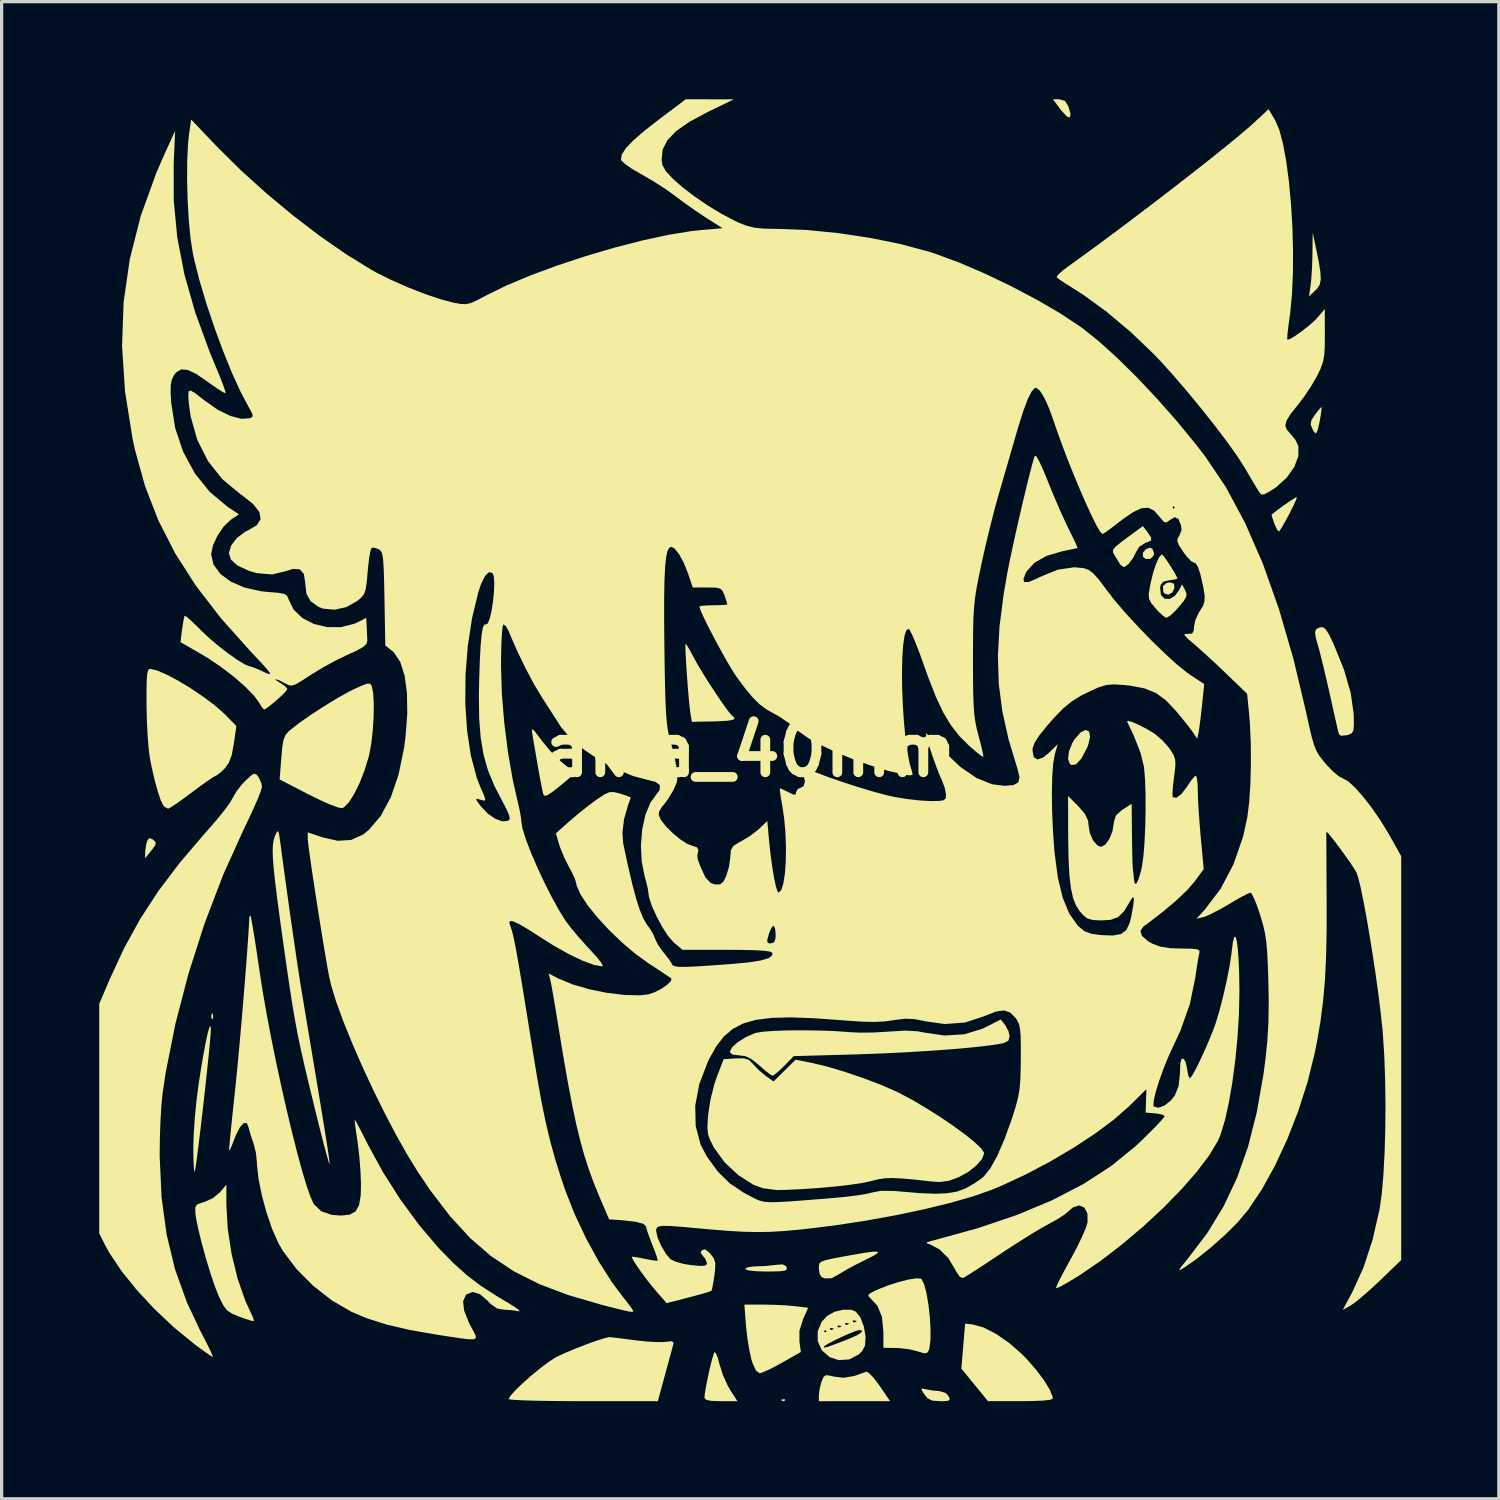
<source format=kicad_pcb>
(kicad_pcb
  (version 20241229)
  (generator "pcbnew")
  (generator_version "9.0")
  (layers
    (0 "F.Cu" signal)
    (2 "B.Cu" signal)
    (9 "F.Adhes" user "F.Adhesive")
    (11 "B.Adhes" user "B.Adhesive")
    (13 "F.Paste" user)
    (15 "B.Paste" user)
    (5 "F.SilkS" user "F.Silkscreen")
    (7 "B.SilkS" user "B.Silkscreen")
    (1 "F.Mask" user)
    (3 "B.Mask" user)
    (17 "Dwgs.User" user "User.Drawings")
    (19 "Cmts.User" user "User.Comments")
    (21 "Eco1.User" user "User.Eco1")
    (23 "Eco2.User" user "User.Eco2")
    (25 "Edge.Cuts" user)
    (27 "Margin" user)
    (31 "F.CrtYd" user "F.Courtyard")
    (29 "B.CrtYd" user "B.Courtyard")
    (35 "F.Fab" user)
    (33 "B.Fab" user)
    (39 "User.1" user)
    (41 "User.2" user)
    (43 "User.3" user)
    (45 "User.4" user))
  (footprint "akia_40mm"
    (layer "F.Cu")
    (at 20.007 20.007)
    (property "Reference" "akia_40mm" (at 0 0 0) (layer "F.SilkS") (effects (font (size 1.5 1.5) (thickness 0.3))))
    (attr board_only exclude_from_pos_files exclude_from_bom)
    (fp_poly (pts (xy -16.515 8.113) (xy -16.506 8.235) (xy -16.521 8.263) (xy -16.557 8.24) (xy -16.562 8.161) (xy -16.543 8.077)) (stroke (width 0) (type solid)) (fill yes) (layer "F.SilkS"))
    (fp_poly (pts (xy 1.068 19.955) (xy 1.057 20.002) (xy 1.016 20.007) (xy 0.952 19.979) (xy 0.964 19.955) (xy 1.057 19.946)) (stroke (width 0) (type solid)) (fill yes) (layer "F.SilkS"))
    (fp_poly (pts (xy 9.675 -19.953) (xy 9.775 -19.798) (xy 9.844 -19.559) (xy 9.827 -19.449) (xy 9.736 -19.474) (xy 9.58 -19.64) (xy 9.555 -19.671) (xy 9.303 -20.007) (xy 9.499 -20.007)) (stroke (width 0) (type solid)) (fill yes) (layer "F.SilkS"))
    (fp_poly (pts (xy 12.358 -6.196) (xy 12.412 -6.053) (xy 12.4 -5.984) (xy 12.295 -5.878) (xy 12.151 -5.878) (xy 12.07 -5.947) (xy 12.068 -6.065) (xy 12.156 -6.174) (xy 12.278 -6.225)) (stroke (width 0) (type solid)) (fill yes) (layer "F.SilkS"))
    (fp_poly (pts (xy 13.023 -5.119) (xy 13.038 -4.983) (xy 12.967 -4.841) (xy 12.844 -4.78) (xy 12.728 -4.819) (xy 12.693 -4.875) (xy 12.687 -5.048) (xy 12.81 -5.146) (xy 12.905 -5.158)) (stroke (width 0) (type solid)) (fill yes) (layer "F.SilkS"))
    (fp_poly (pts (xy -18.37 2.737) (xy -18.349 2.753) (xy -18.273 2.829) (xy -18.284 2.916) (xy -18.388 3.062) (xy -18.409 3.087) (xy -18.6 3.322) (xy -18.595 3.126) (xy -18.569 2.914) (xy -18.535 2.792) (xy -18.471 2.699)) (stroke (width 0) (type solid)) (fill yes) (layer "F.SilkS"))
    (fp_poly (pts (xy 10.416 -0.572) (xy 10.446 -0.407) (xy 10.383 -0.145) (xy 10.348 -0.063) (xy 10.177 0.257) (xy 10.019 0.431) (xy 9.878 0.456) (xy 9.821 0.417) (xy 9.768 0.264) (xy 9.798 0.034) (xy 9.901 -0.224) (xy 9.967 -0.334) (xy 10.156 -0.549) (xy 10.312 -0.624)) (stroke (width 0) (type solid)) (fill yes) (layer "F.SilkS"))
    (fp_poly (pts (xy 17.387 -15.435) (xy 17.476 -14.999) (xy 17.525 -14.686) (xy 17.535 -14.467) (xy 17.505 -14.315) (xy 17.435 -14.199) (xy 17.37 -14.132) (xy 17.172 -13.95) (xy 17.221 -14.263) (xy 17.245 -14.492) (xy 17.266 -14.814) (xy 17.278 -15.169) (xy 17.279 -15.24) (xy 17.288 -15.904)) (stroke (width 0) (type solid)) (fill yes) (layer "F.SilkS"))
    (fp_poly (pts (xy 17.559 -10.484) (xy 17.538 -10.32) (xy 17.503 -10.114) (xy 17.461 -9.922) (xy 17.433 -9.823) (xy 17.388 -9.737) (xy 17.335 -9.775) (xy 17.279 -9.873) (xy 17.223 -10.016) (xy 17.249 -10.144) (xy 17.356 -10.308) (xy 17.475 -10.463) (xy 17.548 -10.546) (xy 17.555 -10.551)) (stroke (width 0) (type solid)) (fill yes) (layer "F.SilkS"))
    (fp_poly (pts (xy 5.391 19.64) (xy 5.403 19.643) (xy 5.631 19.683) (xy 5.8 19.694) (xy 6.009 19.755) (xy 6.096 19.851) (xy 6.134 19.947) (xy 6.092 19.993) (xy 5.937 20.007) (xy 5.834 20.007) (xy 5.597 19.99) (xy 5.451 19.919) (xy 5.353 19.8) (xy 5.266 19.659) (xy 5.276 19.616)) (stroke (width 0) (type solid)) (fill yes) (layer "F.SilkS"))
    (fp_poly (pts (xy 3.65 19.142) (xy 3.789 19.286) (xy 3.955 19.502) (xy 3.977 19.535) (xy 4.3 20.007) (xy 3.205 20.007) (xy 2.11 20.007) (xy 2.11 19.824) (xy 2.136 19.614) (xy 2.192 19.406) (xy 2.254 19.258) (xy 2.335 19.207) (xy 2.49 19.23) (xy 2.576 19.252) (xy 2.871 19.287) (xy 3.202 19.232) (xy 3.566 19.1)) (stroke (width 0) (type solid)) (fill yes) (layer "F.SilkS"))
    (fp_poly (pts (xy 1.097 15.855) (xy 1.119 15.896) (xy 1.124 15.957) (xy 1.064 15.995) (xy 0.912 16.014) (xy 0.64 16.021) (xy 0.506 16.022) (xy 0.183 16.013) (xy -0.045 15.989) (xy -0.152 15.953) (xy -0.156 15.943) (xy -0.087 15.895) (xy 0.088 15.867) (xy 0.176 15.864) (xy 0.469 15.852) (xy 0.753 15.823) (xy 0.79 15.817) (xy 0.995 15.802)) (stroke (width 0) (type solid)) (fill yes) (layer "F.SilkS"))
    (fp_poly (pts (xy -1.053 18.535) (xy -0.993 18.687) (xy -0.947 18.862) (xy -0.844 19.189) (xy -0.693 19.525) (xy -0.624 19.646) (xy -0.394 20.007) (xy -0.9 20.007) (xy -1.191 19.998) (xy -1.351 19.967) (xy -1.406 19.909) (xy -1.407 19.899) (xy -1.391 19.745) (xy -1.348 19.503) (xy -1.29 19.216) (xy -1.225 18.928) (xy -1.163 18.685) (xy -1.115 18.53) (xy -1.099 18.5)) (stroke (width 0) (type solid)) (fill yes) (layer "F.SilkS"))
    (fp_poly (pts (xy 16.77 -7.678) (xy 16.684 -7.492) (xy 16.568 -7.263) (xy 16.444 -7.032) (xy 16.335 -6.841) (xy 16.261 -6.732) (xy 16.247 -6.721) (xy 16.188 -6.787) (xy 16.115 -6.947) (xy 16.107 -6.967) (xy 16.049 -7.14) (xy 16.022 -7.231) (xy 16.022 -7.234) (xy 16.08 -7.286) (xy 16.231 -7.402) (xy 16.412 -7.534) (xy 16.615 -7.675) (xy 16.757 -7.762) (xy 16.803 -7.778)) (stroke (width 0) (type solid)) (fill yes) (layer "F.SilkS"))
    (fp_poly (pts (xy 6.839 17.649) (xy 7.172 17.742) (xy 7.561 17.942) (xy 7.971 18.227) (xy 8.368 18.576) (xy 8.479 18.69) (xy 8.778 19.03) (xy 9.026 19.359) (xy 9.204 19.649) (xy 9.293 19.87) (xy 9.3 19.926) (xy 9.224 19.963) (xy 9.001 19.989) (xy 8.64 20.004) (xy 8.304 20.006) (xy 7.307 20.005) (xy 6.898 19.505) (xy 6.489 19.005) (xy 6.547 18.315) (xy 6.604 17.624)) (stroke (width 0) (type solid)) (fill yes) (layer "F.SilkS"))
    (fp_poly (pts (xy 12.206 -6.707) (xy 12.32 -6.539) (xy 12.322 -6.447) (xy 12.205 -6.39) (xy 12.15 -6.376) (xy 11.962 -6.258) (xy 11.871 -6.114) (xy 11.764 -5.902) (xy 11.629 -5.725) (xy 11.506 -5.632) (xy 11.481 -5.627) (xy 11.391 -5.685) (xy 11.362 -5.725) (xy 11.276 -5.865) (xy 11.195 -5.994) (xy 11.148 -6.086) (xy 11.157 -6.167) (xy 11.241 -6.266) (xy 11.421 -6.411) (xy 11.576 -6.527) (xy 12.067 -6.888)) (stroke (width 0) (type solid)) (fill yes) (layer "F.SilkS"))
    (fp_poly (pts (xy 0.399 17.038) (xy 0.757 17.046) (xy 1.118 17.064) (xy 1.378 17.087) (xy 1.78 17.135) (xy 1.624 17.489) (xy 1.513 17.842) (xy 1.512 18.169) (xy 1.556 18.495) (xy 0.983 18.821) (xy 0.705 18.972) (xy 0.468 19.086) (xy 0.312 19.144) (xy 0.286 19.148) (xy 0.18 19.07) (xy 0.074 18.841) (xy 0.041 18.74) (xy -0.024 18.457) (xy -0.084 18.093) (xy -0.127 17.72) (xy -0.13 17.685) (xy -0.179 17.038)) (stroke (width 0) (type solid)) (fill yes) (layer "F.SilkS"))
    (fp_poly (pts (xy 3.923 15.414) (xy 3.913 15.459) (xy 3.771 15.548) (xy 3.525 15.671) (xy 3.221 15.823) (xy 2.947 15.971) (xy 2.753 16.088) (xy 2.733 16.101) (xy 2.507 16.226) (xy 2.31 16.236) (xy 2.208 16.204) (xy 2.137 16.106) (xy 2.11 15.938) (xy 2.111 15.84) (xy 2.129 15.77) (xy 2.19 15.717) (xy 2.317 15.672) (xy 2.535 15.623) (xy 2.868 15.56) (xy 3.115 15.515) (xy 3.53 15.444) (xy 3.797 15.409)) (stroke (width 0) (type solid)) (fill yes) (layer "F.SilkS"))
    (fp_poly (pts (xy -6.637 -0.597) (xy -6.513 -0.439) (xy -6.388 -0.272) (xy -6.164 0.002) (xy -5.918 0.258) (xy -5.719 0.43) (xy -5.536 0.57) (xy -5.421 0.673) (xy -5.4 0.703) (xy -5.458 0.768) (xy -5.609 0.902) (xy -5.821 1.079) (xy -5.862 1.112) (xy -6.1 1.297) (xy -6.246 1.389) (xy -6.325 1.4) (xy -6.361 1.347) (xy -6.392 1.212) (xy -6.442 0.956) (xy -6.505 0.615) (xy -6.574 0.221) (xy -6.645 -0.191) (xy -6.691 -0.467) (xy -6.709 -0.6) (xy -6.697 -0.647)) (stroke (width 0) (type solid)) (fill yes) (layer "F.SilkS"))
    (fp_poly (pts (xy -1.944 -3.222) (xy -1.852 -3.068) (xy -1.753 -2.88) (xy -1.624 -2.647) (xy -1.449 -2.355) (xy -1.247 -2.034) (xy -1.037 -1.715) (xy -0.841 -1.428) (xy -0.679 -1.204) (xy -0.57 -1.074) (xy -0.549 -1.056) (xy -0.475 -0.987) (xy -0.52 -0.938) (xy -0.697 -0.906) (xy -1.015 -0.888) (xy -1.132 -0.885) (xy -1.793 -0.872) (xy -1.836 -1.12) (xy -1.859 -1.297) (xy -1.886 -1.569) (xy -1.915 -1.903) (xy -1.942 -2.262) (xy -1.966 -2.612) (xy -1.983 -2.919) (xy -1.992 -3.148) (xy -1.99 -3.264) (xy -1.988 -3.271)) (stroke (width 0) (type solid)) (fill yes) (layer "F.SilkS"))
    (fp_poly (pts (xy -16.576 8.558) (xy -16.583 8.705) (xy -16.605 8.973) (xy -16.64 9.337) (xy -16.685 9.773) (xy -16.737 10.256) (xy -16.793 10.764) (xy -16.851 11.27) (xy -16.908 11.751) (xy -16.961 12.184) (xy -17.007 12.543) (xy -17.044 12.804) (xy -17.069 12.943) (xy -17.075 12.959) (xy -17.092 12.904) (xy -17.105 12.722) (xy -17.113 12.445) (xy -17.115 12.185) (xy -17.102 11.78) (xy -17.068 11.285) (xy -17.017 10.763) (xy -16.957 10.296) (xy -16.879 9.787) (xy -16.802 9.339) (xy -16.732 8.968) (xy -16.671 8.69) (xy -16.622 8.52) (xy -16.589 8.474)) (stroke (width 0) (type solid)) (fill yes) (layer "F.SilkS"))
    (fp_poly (pts (xy 5.246 16.24) (xy 5.261 16.249) (xy 5.343 16.406) (xy 5.416 16.679) (xy 5.476 17.028) (xy 5.52 17.413) (xy 5.542 17.794) (xy 5.539 18.131) (xy 5.507 18.384) (xy 5.485 18.452) (xy 5.429 18.528) (xy 5.326 18.532) (xy 5.158 18.478) (xy 4.909 18.416) (xy 4.605 18.377) (xy 4.489 18.372) (xy 4.093 18.366) (xy 4.093 17.867) (xy 4.048 17.413) (xy 3.906 17.068) (xy 3.679 16.828) (xy 3.626 16.764) (xy 3.67 16.7) (xy 3.832 16.613) (xy 3.913 16.577) (xy 4.229 16.451) (xy 4.557 16.346) (xy 4.861 16.269) (xy 5.103 16.231)) (stroke (width 0) (type solid)) (fill yes) (layer "F.SilkS"))
    (fp_poly (pts (xy -16.1 13.973) (xy -16.057 14.715) (xy -15.938 15.49) (xy -15.753 16.245) (xy -15.515 16.926) (xy -15.38 17.221) (xy -15.293 17.409) (xy -15.253 17.528) (xy -15.254 17.545) (xy -15.334 17.533) (xy -15.516 17.477) (xy -15.698 17.412) (xy -15.927 17.317) (xy -16.078 17.216) (xy -16.192 17.065) (xy -16.314 16.82) (xy -16.339 16.765) (xy -16.455 16.472) (xy -16.587 16.083) (xy -16.722 15.639) (xy -16.848 15.183) (xy -16.954 14.759) (xy -17.027 14.409) (xy -17.053 14.228) (xy -17.056 14.05) (xy -16.994 13.957) (xy -16.827 13.899) (xy -16.784 13.888) (xy -16.51 13.766) (xy -16.296 13.585) (xy -16.1 13.352)) (stroke (width 0) (type solid)) (fill yes) (layer "F.SilkS"))
    (fp_poly (pts (xy 17.687 -3.717) (xy 17.784 -3.565) (xy 17.914 -3.298) (xy 17.94 -3.24) (xy 18.253 -2.465) (xy 18.456 -1.757) (xy 18.546 -1.131) (xy 18.549 -1.043) (xy 18.553 -0.765) (xy 18.537 -0.603) (xy 18.487 -0.52) (xy 18.391 -0.476) (xy 18.342 -0.462) (xy 18.155 -0.443) (xy 18.093 -0.494) (xy 18.066 -0.6) (xy 18.013 -0.829) (xy 17.94 -1.15) (xy 17.855 -1.534) (xy 17.822 -1.68) (xy 17.725 -2.112) (xy 17.628 -2.523) (xy 17.542 -2.873) (xy 17.477 -3.121) (xy 17.466 -3.158) (xy 17.385 -3.447) (xy 17.359 -3.622) (xy 17.391 -3.718) (xy 17.484 -3.767) (xy 17.513 -3.776) (xy 17.604 -3.779)) (stroke (width 0) (type solid)) (fill yes) (layer "F.SilkS"))
    (fp_poly (pts (xy -11.684 -2.045) (xy -11.639 -1.991) (xy -11.632 -1.973) (xy -11.588 -1.759) (xy -11.569 -1.433) (xy -11.574 -1.037) (xy -11.6 -0.614) (xy -11.646 -0.206) (xy -11.711 0.145) (xy -11.721 0.187) (xy -11.848 0.606) (xy -12.002 1) (xy -12.17 1.342) (xy -12.336 1.603) (xy -12.486 1.756) (xy -12.549 1.782) (xy -12.678 1.756) (xy -12.912 1.669) (xy -13.218 1.533) (xy -13.563 1.364) (xy -13.586 1.352) (xy -14.462 0.899) (xy -14.411 0.234) (xy -14.381 -0.1) (xy -14.343 -0.319) (xy -14.285 -0.463) (xy -14.195 -0.571) (xy -14.155 -0.606) (xy -13.875 -0.826) (xy -13.503 -1.087) (xy -13.086 -1.358) (xy -12.673 -1.61) (xy -12.31 -1.811) (xy -12.193 -1.869) (xy -11.928 -1.991) (xy -11.769 -2.047)) (stroke (width 0) (type solid)) (fill yes) (layer "F.SilkS"))
    (fp_poly (pts (xy -4.229 18.048) (xy -4.006 18.073) (xy -3.709 18.112) (xy -3.566 18.131) (xy -3.217 18.17) (xy -2.894 18.19) (xy -2.653 18.189) (xy -2.6 18.183) (xy -2.421 18.165) (xy -2.358 18.2) (xy -2.366 18.272) (xy -2.401 18.4) (xy -2.467 18.641) (xy -2.553 18.956) (xy -2.621 19.206) (xy -2.839 20.007) (xy -5.132 20.007) (xy -5.712 20.005) (xy -6.239 19.999) (xy -6.692 19.99) (xy -7.052 19.978) (xy -7.301 19.963) (xy -7.418 19.947) (xy -7.425 19.942) (xy -7.367 19.838) (xy -7.211 19.666) (xy -6.988 19.451) (xy -6.724 19.218) (xy -6.448 18.991) (xy -6.189 18.797) (xy -5.975 18.658) (xy -5.939 18.639) (xy -5.691 18.524) (xy -5.38 18.394) (xy -5.048 18.265) (xy -4.736 18.153) (xy -4.485 18.072) (xy -4.338 18.039)) (stroke (width 0) (type solid)) (fill yes) (layer "F.SilkS"))
    (fp_poly (pts (xy 12.712 -5.958) (xy 12.818 -5.81) (xy 12.942 -5.62) (xy 13.053 -5.437) (xy 13.121 -5.306) (xy 13.13 -5.277) (xy 13.062 -5.25) (xy 12.895 -5.224) (xy 12.876 -5.222) (xy 12.692 -5.18) (xy 12.613 -5.075) (xy 12.598 -4.995) (xy 12.622 -4.775) (xy 12.731 -4.658) (xy 12.888 -4.647) (xy 13.057 -4.749) (xy 13.181 -4.921) (xy 13.271 -5.099) (xy 13.362 -4.928) (xy 13.408 -4.819) (xy 13.401 -4.717) (xy 13.325 -4.588) (xy 13.165 -4.396) (xy 13.061 -4.279) (xy 12.912 -4.139) (xy 12.797 -4.072) (xy 12.783 -4.071) (xy 12.687 -4.13) (xy 12.538 -4.272) (xy 12.455 -4.364) (xy 12.322 -4.527) (xy 12.257 -4.655) (xy 12.249 -4.805) (xy 12.286 -5.035) (xy 12.303 -5.119) (xy 12.381 -5.446) (xy 12.474 -5.728) (xy 12.567 -5.93) (xy 12.647 -6.017) (xy 12.654 -6.018)) (stroke (width 0) (type solid)) (fill yes) (layer "F.SilkS"))
    (fp_poly (pts (xy -18.235 -2.452) (xy -17.936 -2.324) (xy -17.577 -2.133) (xy -17.191 -1.9) (xy -16.807 -1.641) (xy -16.456 -1.378) (xy -16.169 -1.127) (xy -16.122 -1.08) (xy -15.793 -0.742) (xy -15.87 -0.197) (xy -15.934 0.145) (xy -16.021 0.38) (xy -16.148 0.557) (xy -16.156 0.565) (xy -16.303 0.704) (xy -16.407 0.778) (xy -16.421 0.782) (xy -16.503 0.826) (xy -16.681 0.946) (xy -16.927 1.122) (xy -17.152 1.29) (xy -17.432 1.497) (xy -17.668 1.663) (xy -17.832 1.769) (xy -17.891 1.798) (xy -17.993 1.744) (xy -18.037 1.7) (xy -18.113 1.549) (xy -18.205 1.278) (xy -18.303 0.922) (xy -18.397 0.514) (xy -18.452 0.234) (xy -18.487 -0.037) (xy -18.518 -0.418) (xy -18.541 -0.86) (xy -18.553 -1.317) (xy -18.553 -1.387) (xy -18.554 -1.832) (xy -18.548 -2.144) (xy -18.533 -2.343) (xy -18.507 -2.453) (xy -18.467 -2.497) (xy -18.444 -2.5)) (stroke (width 0) (type solid)) (fill yes) (layer "F.SilkS"))
    (fp_poly (pts (xy -14.49 2.542) (xy -14.459 2.712) (xy -14.418 3.014) (xy -14.409 3.087) (xy -14.339 3.608) (xy -14.258 4.201) (xy -14.17 4.832) (xy -14.079 5.469) (xy -13.99 6.079) (xy -13.909 6.629) (xy -13.839 7.086) (xy -13.79 7.386) (xy -13.612 8.45) (xy -13.458 9.37) (xy -13.327 10.154) (xy -13.218 10.814) (xy -13.129 11.357) (xy -13.058 11.794) (xy -13.004 12.134) (xy -12.966 12.387) (xy -12.941 12.562) (xy -12.929 12.668) (xy -12.927 12.716) (xy -12.929 12.721) (xy -12.955 12.656) (xy -13.011 12.46) (xy -13.094 12.154) (xy -13.196 11.757) (xy -13.313 11.29) (xy -13.393 10.966) (xy -13.559 10.283) (xy -13.696 9.709) (xy -13.809 9.208) (xy -13.905 8.749) (xy -13.99 8.297) (xy -14.072 7.82) (xy -14.155 7.282) (xy -14.248 6.652) (xy -14.338 6.018) (xy -14.447 5.236) (xy -14.533 4.593) (xy -14.598 4.072) (xy -14.643 3.659) (xy -14.669 3.337) (xy -14.677 3.09) (xy -14.669 2.903) (xy -14.646 2.76) (xy -14.609 2.645) (xy -14.607 2.64) (xy -14.556 2.525) (xy -14.52 2.486)) (stroke (width 0) (type solid)) (fill yes) (layer "F.SilkS"))
    (fp_poly (pts (xy 7.835 8.445) (xy 7.939 8.637) (xy 7.972 8.792) (xy 7.935 8.926) (xy 7.8 8.999) (xy 7.712 9.019) (xy 7.344 9.075) (xy 6.845 9.131) (xy 6.244 9.186) (xy 5.567 9.236) (xy 4.839 9.281) (xy 4.089 9.318) (xy 3.343 9.346) (xy 3.267 9.348) (xy 1.337 9.402) (xy 1.043 9.703) (xy 0.868 9.871) (xy 0.733 9.98) (xy 0.686 10.004) (xy 0.598 9.955) (xy 0.437 9.827) (xy 0.283 9.691) (xy 0.046 9.497) (xy -0.15 9.402) (xy -0.341 9.378) (xy -0.551 9.353) (xy -0.625 9.275) (xy -0.625 9.265) (xy -0.558 9.132) (xy -0.385 8.975) (xy -0.145 8.823) (xy 0.12 8.706) (xy 0.195 8.683) (xy 0.406 8.65) (xy 0.738 8.626) (xy 1.156 8.612) (xy 1.624 8.608) (xy 2.108 8.615) (xy 2.573 8.631) (xy 2.984 8.659) (xy 3.048 8.665) (xy 3.374 8.68) (xy 3.778 8.676) (xy 4.182 8.654) (xy 4.259 8.648) (xy 4.753 8.618) (xy 5.136 8.638) (xy 5.339 8.676) (xy 5.975 8.769) (xy 6.585 8.73) (xy 7.14 8.559) (xy 7.229 8.516) (xy 7.698 8.276)) (stroke (width 0) (type solid)) (fill yes) (layer "F.SilkS"))
    (fp_poly (pts (xy -15.175 0.746) (xy -15.117 0.816) (xy -15.027 1.004) (xy -15.006 1.129) (xy -15.039 1.251) (xy -15.131 1.486) (xy -15.27 1.804) (xy -15.445 2.178) (xy -15.563 2.423) (xy -16.198 3.828) (xy -16.768 5.32) (xy -17.261 6.857) (xy -17.663 8.396) (xy -17.963 9.898) (xy -18.061 10.551) (xy -18.096 10.908) (xy -18.124 11.368) (xy -18.143 11.878) (xy -18.149 12.384) (xy -18.149 12.505) (xy -18.091 13.745) (xy -17.936 14.885) (xy -17.678 15.952) (xy -17.311 16.974) (xy -16.916 17.813) (xy -16.751 18.132) (xy -16.62 18.396) (xy -16.536 18.578) (xy -16.512 18.648) (xy -16.579 18.613) (xy -16.741 18.503) (xy -16.969 18.337) (xy -17.103 18.237) (xy -17.719 17.732) (xy -18.312 17.172) (xy -18.857 16.585) (xy -19.328 16) (xy -19.697 15.447) (xy -19.82 15.223) (xy -20.007 14.854) (xy -20.007 11.325) (xy -20.007 7.795) (xy -19.687 7.043) (xy -19.244 6.087) (xy -18.753 5.195) (xy -18.193 4.333) (xy -17.54 3.469) (xy -16.775 2.57) (xy -16.633 2.412) (xy -16.377 2.117) (xy -16.152 1.837) (xy -15.985 1.605) (xy -15.91 1.474) (xy -15.784 1.258) (xy -15.596 1.023) (xy -15.514 0.938) (xy -15.343 0.78) (xy -15.244 0.72)) (stroke (width 0) (type solid)) (fill yes) (layer "F.SilkS"))
    (fp_poly (pts (xy -0.048 9.514) (xy 0.072 9.627) (xy 0.086 9.645) (xy 0.262 9.83) (xy 0.473 10.006) (xy 0.479 10.011) (xy 0.716 10.18) (xy 1.056 9.846) (xy 1.396 9.512) (xy 1.89 9.609) (xy 2.353 9.72) (xy 2.9 9.883) (xy 3.475 10.078) (xy 4.023 10.286) (xy 4.487 10.489) (xy 4.567 10.527) (xy 4.981 10.748) (xy 5.414 11.003) (xy 5.843 11.274) (xy 6.247 11.549) (xy 6.605 11.811) (xy 6.895 12.045) (xy 7.096 12.236) (xy 7.187 12.369) (xy 7.19 12.389) (xy 7.124 12.563) (xy 6.948 12.765) (xy 6.697 12.963) (xy 6.407 13.123) (xy 6.396 13.128) (xy 6.094 13.236) (xy 5.825 13.271) (xy 5.554 13.253) (xy 5.047 13.196) (xy 4.665 13.162) (xy 4.374 13.148) (xy 4.145 13.156) (xy 3.946 13.185) (xy 3.746 13.234) (xy 3.714 13.243) (xy 3.455 13.299) (xy 3.077 13.355) (xy 2.615 13.408) (xy 2.107 13.454) (xy 1.59 13.49) (xy 1.1 13.512) (xy 0.821 13.518) (xy 0.391 13.463) (xy 0.102 13.358) (xy -0.369 13.057) (xy -0.791 12.66) (xy -1.112 12.218) (xy -1.124 12.195) (xy -1.236 11.976) (xy -1.297 11.797) (xy -1.316 11.6) (xy -1.302 11.328) (xy -1.291 11.19) (xy -1.222 10.742) (xy -1.106 10.275) (xy -1.027 10.043) (xy -0.817 9.496) (xy -0.443 9.472) (xy -0.199 9.469)) (stroke (width 0) (type solid)) (fill yes) (layer "F.SilkS"))
    (fp_poly (pts (xy 3.11 17.2) (xy 3.244 17.254) (xy 3.384 17.431) (xy 3.491 17.705) (xy 3.544 18.017) (xy 3.545 18.055) (xy 3.528 18.299) (xy 3.439 18.468) (xy 3.336 18.569) (xy 3.046 18.723) (xy 2.717 18.745) (xy 2.442 18.653) (xy 2.198 18.44) (xy 2.149 18.331) (xy 2.266 18.331) (xy 2.272 18.354) (xy 2.307 18.357) (xy 2.399 18.331) (xy 2.573 18.268) (xy 2.856 18.16) (xy 2.989 18.109) (xy 3.252 17.996) (xy 3.408 17.903) (xy 3.445 17.84) (xy 3.359 17.819) (xy 3.244 17.85) (xy 3.045 17.928) (xy 2.806 18.034) (xy 2.57 18.148) (xy 2.378 18.249) (xy 2.274 18.318) (xy 2.266 18.331) (xy 2.149 18.331) (xy 2.075 18.162) (xy 2.075 17.858) (xy 2.266 17.858) (xy 2.306 17.897) (xy 2.345 17.858) (xy 2.306 17.819) (xy 2.266 17.858) (xy 2.075 17.858) (xy 2.075 17.858) (xy 2.113 17.767) (xy 2.449 17.767) (xy 2.46 17.813) (xy 2.501 17.819) (xy 2.565 17.79) (xy 2.553 17.767) (xy 2.46 17.758) (xy 2.449 17.767) (xy 2.113 17.767) (xy 2.147 17.689) (xy 2.683 17.689) (xy 2.694 17.735) (xy 2.735 17.741) (xy 2.8 17.712) (xy 2.787 17.689) (xy 2.695 17.679) (xy 2.683 17.689) (xy 2.147 17.689) (xy 2.18 17.611) (xy 2.918 17.611) (xy 2.928 17.657) (xy 2.97 17.663) (xy 3.034 17.634) (xy 3.022 17.611) (xy 2.929 17.601) (xy 2.918 17.611) (xy 2.18 17.611) (xy 2.2 17.564) (xy 2.229 17.533) (xy 3.152 17.533) (xy 3.163 17.579) (xy 3.204 17.585) (xy 3.269 17.556) (xy 3.256 17.533) (xy 3.164 17.523) (xy 3.152 17.533) (xy 2.229 17.533) (xy 2.361 17.388) (xy 2.588 17.26) (xy 2.859 17.195)) (stroke (width 0) (type solid)) (fill yes) (layer "F.SilkS"))
    (fp_poly (pts (xy 16.142 -19.345) (xy 16.267 -19.047) (xy 16.379 -18.618) (xy 16.477 -18.083) (xy 16.558 -17.466) (xy 16.62 -16.791) (xy 16.663 -16.085) (xy 16.683 -15.371) (xy 16.68 -14.673) (xy 16.651 -14.018) (xy 16.595 -13.429) (xy 16.577 -13.298) (xy 16.536 -12.998) (xy 16.51 -12.764) (xy 16.504 -12.633) (xy 16.507 -12.618) (xy 16.588 -12.637) (xy 16.749 -12.733) (xy 16.955 -12.879) (xy 17.17 -13.048) (xy 17.356 -13.213) (xy 17.446 -13.308) (xy 17.659 -13.56) (xy 17.661 -12.771) (xy 17.658 -12.396) (xy 17.64 -12.128) (xy 17.599 -11.919) (xy 17.526 -11.72) (xy 17.431 -11.521) (xy 17.249 -11.203) (xy 17.019 -10.859) (xy 16.844 -10.629) (xy 16.613 -10.338) (xy 16.483 -10.13) (xy 16.445 -9.977) (xy 16.491 -9.85) (xy 16.598 -9.732) (xy 16.752 -9.545) (xy 16.846 -9.352) (xy 16.846 -9.35) (xy 16.848 -9.041) (xy 16.723 -8.707) (xy 16.489 -8.378) (xy 16.166 -8.084) (xy 15.959 -7.95) (xy 15.794 -7.863) (xy 15.704 -7.862) (xy 15.629 -7.954) (xy 15.608 -7.989) (xy 15.517 -8.141) (xy 15.374 -8.38) (xy 15.209 -8.661) (xy 15.177 -8.715) (xy 14.954 -9.06) (xy 14.646 -9.492) (xy 14.275 -9.981) (xy 13.863 -10.5) (xy 13.434 -11.021) (xy 13.009 -11.516) (xy 12.61 -11.958) (xy 12.398 -12.179) (xy 11.688 -12.859) (xy 10.95 -13.478) (xy 10.226 -14.004) (xy 9.941 -14.185) (xy 9.698 -14.338) (xy 9.512 -14.462) (xy 9.419 -14.535) (xy 9.416 -14.539) (xy 9.457 -14.608) (xy 9.594 -14.734) (xy 9.752 -14.854) (xy 10.292 -15.244) (xy 10.884 -15.678) (xy 11.509 -16.145) (xy 12.149 -16.628) (xy 12.785 -17.115) (xy 13.401 -17.591) (xy 13.976 -18.042) (xy 14.493 -18.454) (xy 14.934 -18.813) (xy 15.281 -19.105) (xy 15.468 -19.272) (xy 15.933 -19.702)) (stroke (width 0) (type solid)) (fill yes) (layer "F.SilkS"))
    (fp_poly (pts (xy -15.358 5.092) (xy -15.336 5.178) (xy -15.296 5.395) (xy -15.242 5.72) (xy -15.178 6.13) (xy -15.108 6.603) (xy -15.084 6.766) (xy -14.985 7.404) (xy -14.864 8.097) (xy -14.725 8.828) (xy -14.573 9.577) (xy -14.412 10.325) (xy -14.247 11.053) (xy -14.082 11.743) (xy -13.922 12.374) (xy -13.771 12.929) (xy -13.633 13.389) (xy -13.513 13.733) (xy -13.415 13.944) (xy -13.409 13.953) (xy -13.189 14.167) (xy -12.868 14.28) (xy -12.578 14.302) (xy -12.312 14.275) (xy -12.131 14.177) (xy -12.022 13.988) (xy -11.971 13.686) (xy -11.962 13.345) (xy -11.978 12.933) (xy -12.015 12.467) (xy -12.067 12.046) (xy -12.068 12.036) (xy -12.113 11.734) (xy -12.144 11.5) (xy -12.157 11.368) (xy -12.156 11.353) (xy -12.118 11.41) (xy -12.025 11.581) (xy -11.891 11.839) (xy -11.743 12.134) (xy -11.283 12.974) (xy -10.749 13.812) (xy -10.173 14.597) (xy -9.591 15.282) (xy -9.559 15.316) (xy -9.116 15.768) (xy -8.711 16.133) (xy -8.292 16.452) (xy -7.807 16.767) (xy -7.517 16.94) (xy -7.277 17.086) (xy -7.126 17.191) (xy -7.082 17.243) (xy -7.112 17.242) (xy -7.335 17.208) (xy -7.568 17.195) (xy -7.781 17.157) (xy -7.973 17.023) (xy -8.071 16.92) (xy -8.309 16.717) (xy -8.532 16.65) (xy -8.721 16.725) (xy -8.738 16.741) (xy -8.824 16.935) (xy -8.792 17.225) (xy -8.642 17.601) (xy -8.596 17.691) (xy -8.5 17.866) (xy -8.439 17.991) (xy -8.433 18.068) (xy -8.498 18.105) (xy -8.654 18.104) (xy -8.918 18.072) (xy -9.307 18.013) (xy -9.613 17.966) (xy -10.459 17.819) (xy -11.175 17.652) (xy -11.783 17.459) (xy -12.249 17.263) (xy -12.854 16.912) (xy -13.431 16.461) (xy -13.945 15.943) (xy -14.359 15.395) (xy -14.507 15.136) (xy -14.694 14.712) (xy -14.866 14.209) (xy -15.01 13.677) (xy -15.113 13.169) (xy -15.16 12.737) (xy -15.162 12.659) (xy -15.192 12.369) (xy -15.266 12.078) (xy -15.274 12.057) (xy -15.354 11.826) (xy -15.407 11.633) (xy -15.412 11.606) (xy -15.47 11.463) (xy -15.563 11.458) (xy -15.679 11.58) (xy -15.802 11.82) (xy -15.841 11.918) (xy -15.928 12.142) (xy -15.991 12.277) (xy -16.017 12.293) (xy -16.01 12.191) (xy -15.989 11.957) (xy -15.955 11.614) (xy -15.911 11.185) (xy -15.859 10.695) (xy -15.829 10.417) (xy -15.784 9.979) (xy -15.734 9.458) (xy -15.681 8.88) (xy -15.627 8.268) (xy -15.575 7.648) (xy -15.526 7.043) (xy -15.482 6.479) (xy -15.445 5.978) (xy -15.417 5.566) (xy -15.4 5.267) (xy -15.396 5.133) (xy -15.369 5.085)) (stroke (width 0) (type solid)) (fill yes) (layer "F.SilkS"))
    (fp_poly (pts (xy -17.719 -18.014) (xy -17.717 -16.889) (xy -17.61 -15.77) (xy -17.392 -14.636) (xy -17.06 -13.463) (xy -16.608 -12.228) (xy -16.436 -11.812) (xy -16.301 -11.487) (xy -16.197 -11.218) (xy -16.134 -11.036) (xy -16.123 -10.971) (xy -16.195 -11) (xy -16.361 -11.103) (xy -16.59 -11.262) (xy -16.684 -11.331) (xy -17.03 -11.566) (xy -17.291 -11.689) (xy -17.488 -11.704) (xy -17.64 -11.615) (xy -17.711 -11.524) (xy -17.777 -11.389) (xy -17.81 -11.215) (xy -17.812 -10.959) (xy -17.796 -10.682) (xy -17.674 -9.903) (xy -17.427 -9.171) (xy -17.069 -8.508) (xy -16.61 -7.938) (xy -16.063 -7.481) (xy -16.043 -7.467) (xy -15.713 -7.25) (xy -15.965 -7.083) (xy -16.177 -6.882) (xy -16.371 -6.598) (xy -16.513 -6.291) (xy -16.568 -6.022) (xy -16.568 -6.021) (xy -16.494 -5.702) (xy -16.283 -5.416) (xy -15.955 -5.176) (xy -15.53 -4.994) (xy -15.025 -4.884) (xy -14.801 -4.862) (xy -14.505 -4.838) (xy -14.33 -4.806) (xy -14.239 -4.752) (xy -14.196 -4.664) (xy -14.191 -4.646) (xy -14.034 -4.321) (xy -13.763 -4.062) (xy -13.408 -3.879) (xy -13.002 -3.783) (xy -12.575 -3.783) (xy -12.158 -3.89) (xy -12.04 -3.945) (xy -11.801 -4.068) (xy -11.787 -3.792) (xy -11.776 -3.556) (xy -11.768 -3.364) (xy -11.768 -3.359) (xy -11.797 -3.263) (xy -11.907 -3.165) (xy -12.124 -3.047) (xy -12.359 -2.941) (xy -12.73 -2.762) (xy -13.142 -2.538) (xy -13.506 -2.315) (xy -13.52 -2.306) (xy -13.794 -2.127) (xy -13.973 -2.023) (xy -14.093 -1.985) (xy -14.19 -2) (xy -14.299 -2.057) (xy -14.303 -2.059) (xy -14.474 -2.148) (xy -14.585 -2.185) (xy -14.588 -2.185) (xy -14.575 -2.152) (xy -14.457 -2.075) (xy -14.439 -2.065) (xy -14.289 -1.964) (xy -14.224 -1.88) (xy -14.224 -1.878) (xy -14.279 -1.801) (xy -14.416 -1.664) (xy -14.593 -1.505) (xy -14.769 -1.36) (xy -14.902 -1.267) (xy -14.942 -1.25) (xy -15.001 -1.311) (xy -15.089 -1.456) (xy -15.255 -1.682) (xy -15.527 -1.959) (xy -15.874 -2.261) (xy -16.266 -2.561) (xy -16.671 -2.834) (xy -16.837 -2.933) (xy -17.51 -3.322) (xy -17.461 -3.712) (xy -17.426 -3.942) (xy -17.395 -4.099) (xy -17.381 -4.135) (xy -17.317 -4.098) (xy -17.172 -3.971) (xy -16.972 -3.778) (xy -16.876 -3.681) (xy -16.632 -3.45) (xy -16.346 -3.207) (xy -16.047 -2.976) (xy -15.768 -2.78) (xy -15.539 -2.64) (xy -15.392 -2.58) (xy -15.38 -2.579) (xy -15.273 -2.547) (xy -15.083 -2.468) (xy -14.996 -2.427) (xy -14.846 -2.358) (xy -14.766 -2.336) (xy -14.762 -2.374) (xy -14.844 -2.483) (xy -15.017 -2.677) (xy -15.29 -2.967) (xy -15.367 -3.048) (xy -16.274 -4.065) (xy -17.041 -5.062) (xy -17.677 -6.057) (xy -18.193 -7.069) (xy -18.599 -8.117) (xy -18.906 -9.218) (xy -18.983 -9.574) (xy -19.214 -11.025) (xy -19.306 -12.418) (xy -19.258 -13.77) (xy -19.067 -15.099) (xy -18.731 -16.422) (xy -18.248 -17.758) (xy -17.945 -18.447) (xy -17.675 -19.03)) (stroke (width 0) (type solid)) (fill yes) (layer "F.SilkS"))
    (fp_poly (pts (xy -1.245 -20.005) (xy -0.508 -20.003) (xy -1.306 -19.615) (xy -1.861 -19.318) (xy -2.271 -19.033) (xy -2.545 -18.75) (xy -2.692 -18.458) (xy -2.723 -18.145) (xy -2.699 -17.986) (xy -2.601 -17.806) (xy -2.388 -17.573) (xy -2.085 -17.306) (xy -1.717 -17.023) (xy -1.307 -16.743) (xy -0.88 -16.484) (xy -0.461 -16.264) (xy -0.34 -16.208) (xy -0.1 -16.115) (xy 0.137 -16.058) (xy 0.422 -16.03) (xy 0.808 -16.022) (xy 0.843 -16.022) (xy 1.737 -15.988) (xy 2.699 -15.894) (xy 3.677 -15.747) (xy 4.619 -15.556) (xy 5.472 -15.328) (xy 5.666 -15.266) (xy 6.403 -14.995) (xy 7.198 -14.655) (xy 8.011 -14.266) (xy 8.8 -13.85) (xy 9.525 -13.428) (xy 10.143 -13.02) (xy 10.2 -12.978) (xy 10.704 -12.577) (xy 11.269 -12.067) (xy 11.872 -11.473) (xy 12.49 -10.819) (xy 13.099 -10.129) (xy 13.678 -9.426) (xy 13.986 -9.028) (xy 14.623 -8.078) (xy 15.213 -6.979) (xy 15.756 -5.732) (xy 16.251 -4.336) (xy 16.699 -2.792) (xy 17.08 -1.191) (xy 17.179 -0.735) (xy 17.259 -0.401) (xy 17.33 -0.159) (xy 17.404 0.022) (xy 17.492 0.172) (xy 17.607 0.322) (xy 17.697 0.429) (xy 17.901 0.643) (xy 18.091 0.803) (xy 18.227 0.874) (xy 18.228 0.874) (xy 18.378 0.954) (xy 18.587 1.146) (xy 18.834 1.425) (xy 19.1 1.767) (xy 19.364 2.148) (xy 19.607 2.543) (xy 19.636 2.595) (xy 20.007 3.257) (xy 20.007 9.463) (xy 20.007 15.67) (xy 19.358 16.295) (xy 19.073 16.561) (xy 18.802 16.798) (xy 18.581 16.978) (xy 18.46 17.061) (xy 18.212 17.201) (xy 18.517 16.631) (xy 18.849 15.896) (xy 19.128 15.044) (xy 19.343 14.109) (xy 19.345 14.097) (xy 19.41 13.634) (xy 19.461 13.047) (xy 19.497 12.367) (xy 19.519 11.627) (xy 19.524 10.858) (xy 19.513 10.092) (xy 19.486 9.36) (xy 19.442 8.694) (xy 19.43 8.558) (xy 19.376 8.055) (xy 19.306 7.493) (xy 19.223 6.894) (xy 19.131 6.285) (xy 19.035 5.688) (xy 18.939 5.129) (xy 18.846 4.631) (xy 18.761 4.219) (xy 18.687 3.918) (xy 18.637 3.768) (xy 18.564 3.641) (xy 18.43 3.441) (xy 18.26 3.201) (xy 18.079 2.954) (xy 17.91 2.732) (xy 17.779 2.57) (xy 17.71 2.501) (xy 17.707 2.501) (xy 17.706 2.576) (xy 17.707 2.787) (xy 17.708 3.113) (xy 17.71 3.536) (xy 17.713 4.033) (xy 17.716 4.586) (xy 17.716 4.592) (xy 17.716 5.528) (xy 17.699 6.339) (xy 17.664 7.057) (xy 17.607 7.711) (xy 17.527 8.333) (xy 17.421 8.953) (xy 17.344 9.332) (xy 17.125 10.214) (xy 16.84 11.099) (xy 16.505 11.959) (xy 16.129 12.766) (xy 15.728 13.494) (xy 15.312 14.115) (xy 14.987 14.504) (xy 14.599 14.891) (xy 14.158 15.283) (xy 13.716 15.638) (xy 13.325 15.91) (xy 13.215 15.974) (xy 13.186 15.968) (xy 13.245 15.878) (xy 13.399 15.689) (xy 13.448 15.629) (xy 14.045 14.844) (xy 14.547 14.022) (xy 14.963 13.142) (xy 15.301 12.185) (xy 15.569 11.127) (xy 15.776 9.95) (xy 15.831 9.535) (xy 15.893 8.945) (xy 15.927 8.359) (xy 15.936 7.721) (xy 15.925 7.112) (xy 15.908 6.591) (xy 15.888 6.191) (xy 15.86 5.878) (xy 15.819 5.614) (xy 15.762 5.367) (xy 15.684 5.099) (xy 15.672 5.06) (xy 15.569 4.761) (xy 15.474 4.528) (xy 15.401 4.395) (xy 15.377 4.377) (xy 15.279 4.415) (xy 15.083 4.517) (xy 14.827 4.664) (xy 14.722 4.727) (xy 14.43 4.895) (xy 14.163 5.033) (xy 13.968 5.117) (xy 13.93 5.128) (xy 13.716 5.179) (xy 13.959 4.914) (xy 14.454 4.265) (xy 14.853 3.506) (xy 15.147 2.659) (xy 15.276 2.074) (xy 15.334 1.615) (xy 15.372 1.047) (xy 15.389 0.417) (xy 15.384 -0.227) (xy 15.356 -0.84) (xy 15.329 -1.16) (xy 15.272 -1.734) (xy 14.65 -2.334) (xy 14.347 -2.623) (xy 14.036 -2.91) (xy 13.764 -3.155) (xy 13.638 -3.264) (xy 13.437 -3.438) (xy 13.347 -3.535) (xy 13.356 -3.574) (xy 13.442 -3.574) (xy 13.581 -3.583) (xy 13.632 -3.676) (xy 13.638 -3.79) (xy 13.684 -4.009) (xy 13.797 -4.245) (xy 13.822 -4.283) (xy 13.914 -4.43) (xy 13.962 -4.576) (xy 13.966 -4.758) (xy 13.926 -5.012) (xy 13.842 -5.376) (xy 13.833 -5.416) (xy 13.76 -5.638) (xy 13.684 -5.753) (xy 13.65 -5.761) (xy 13.56 -5.803) (xy 13.423 -5.944) (xy 13.314 -6.089) (xy 13.177 -6.302) (xy 13.124 -6.433) (xy 13.143 -6.525) (xy 13.181 -6.575) (xy 13.257 -6.774) (xy 13.242 -6.908) (xy 13.16 -7.11) (xy 13.045 -7.162) (xy 12.897 -7.075) (xy 12.795 -6.999) (xy 12.714 -7.017) (xy 12.604 -7.146) (xy 12.58 -7.178) (xy 12.411 -7.364) (xy 12.234 -7.452) (xy 12.028 -7.438) (xy 11.77 -7.319) (xy 11.437 -7.09) (xy 11.269 -6.96) (xy 11.059 -6.798) (xy 10.899 -6.684) (xy 10.827 -6.643) (xy 10.758 -6.713) (xy 10.644 -6.907) (xy 10.495 -7.204) (xy 10.375 -7.464) (xy 12.974 -7.464) (xy 13.013 -7.425) (xy 13.052 -7.464) (xy 13.013 -7.503) (xy 12.974 -7.464) (xy 10.375 -7.464) (xy 10.32 -7.583) (xy 10.129 -8.02) (xy 9.932 -8.495) (xy 9.736 -8.984) (xy 9.554 -9.468) (xy 9.392 -9.923) (xy 9.339 -10.082) (xy 9.185 -10.508) (xy 9.036 -10.837) (xy 8.901 -11.053) (xy 8.788 -11.14) (xy 8.747 -11.133) (xy 8.645 -11.02) (xy 8.53 -10.791) (xy 8.397 -10.435) (xy 8.24 -9.941) (xy 8.173 -9.713) (xy 8.036 -9.237) (xy 7.877 -8.691) (xy 7.722 -8.154) (xy 7.63 -7.841) (xy 7.508 -7.397) (xy 7.372 -6.863) (xy 7.236 -6.3) (xy 7.117 -5.772) (xy 7.1 -5.691) (xy 7.016 -5.288) (xy 6.952 -4.955) (xy 6.907 -4.658) (xy 6.877 -4.363) (xy 6.859 -4.036) (xy 6.85 -3.643) (xy 6.847 -3.149) (xy 6.846 -2.774) (xy 6.848 -2.191) (xy 6.854 -1.737) (xy 6.867 -1.383) (xy 6.887 -1.104) (xy 6.919 -0.87) (xy 6.962 -0.656) (xy 7.019 -0.436) (xy 7.095 -0.149) (xy 7.147 0.074) (xy 7.167 0.196) (xy 7.165 0.207) (xy 7.1 0.171) (xy 6.95 0.054) (xy 6.746 -0.121) (xy 6.716 -0.148) (xy 6.42 -0.444) (xy 6.162 -0.777) (xy 5.926 -1.172) (xy 5.699 -1.657) (xy 5.465 -2.257) (xy 5.354 -2.569) (xy 5.213 -2.963) (xy 5.082 -3.301) (xy 4.973 -3.557) (xy 4.895 -3.705) (xy 4.871 -3.731) (xy 4.797 -3.684) (xy 4.74 -3.503) (xy 4.699 -3.212) (xy 4.674 -2.834) (xy 4.665 -2.389) (xy 4.67 -1.901) (xy 4.69 -1.391) (xy 4.723 -0.884) (xy 4.769 -0.4) (xy 4.828 0.038) (xy 4.899 0.407) (xy 4.979 0.679) (xy 4.988 0.755) (xy 4.911 0.774) (xy 4.723 0.747) (xy 4.241 0.634) (xy 3.711 0.473) (xy 3.167 0.278) (xy 2.64 0.061) (xy 2.163 -0.163) (xy 1.768 -0.382) (xy 1.487 -0.582) (xy 1.452 -0.614) (xy 1.184 -0.837) (xy 0.873 -1.046) (xy 0.742 -1.118) (xy 0.495 -1.257) (xy 0.279 -1.42) (xy 0.064 -1.635) (xy -0.18 -1.932) (xy -0.41 -2.242) (xy -0.54 -2.439) (xy -0.706 -2.718) (xy -0.892 -3.048) (xy -1.083 -3.4) (xy -1.261 -3.742) (xy -1.411 -4.044) (xy -1.517 -4.276) (xy -1.562 -4.407) (xy -1.563 -4.415) (xy -1.492 -4.437) (xy -1.31 -4.451) (xy -1.133 -4.455) (xy -0.898 -4.459) (xy -0.742 -4.471) (xy -0.703 -4.482) (xy -0.726 -4.567) (xy -0.783 -4.737) (xy -0.789 -4.756) (xy -0.847 -4.895) (xy -0.927 -4.969) (xy -1.073 -4.997) (xy -1.32 -5.002) (xy -1.765 -5.002) (xy -1.915 -5.442) (xy -2.046 -5.768) (xy -2.191 -6.032) (xy -2.329 -6.203) (xy -2.425 -6.252) (xy -2.492 -6.219) (xy -2.545 -6.113) (xy -2.586 -5.921) (xy -2.616 -5.631) (xy -2.635 -5.233) (xy -2.645 -4.715) (xy -2.646 -4.064) (xy -2.639 -3.268) (xy -2.639 -3.243) (xy -2.629 -2.531) (xy -2.617 -1.955) (xy -2.604 -1.497) (xy -2.586 -1.138) (xy -2.564 -0.859) (xy -2.536 -0.64) (xy -2.501 -0.463) (xy -2.471 -0.352) (xy -2.381 -0.014) (xy -2.3 0.341) (xy -2.265 0.526) (xy -2.233 0.792) (xy -2.256 0.989) (xy -2.346 1.199) (xy -2.391 1.28) (xy -2.526 1.501) (xy -2.652 1.672) (xy -2.699 1.721) (xy -2.795 1.875) (xy -2.814 1.978) (xy -2.754 2.13) (xy -2.598 2.332) (xy -2.383 2.548) (xy -2.146 2.743) (xy -1.924 2.884) (xy -1.803 2.93) (xy -1.636 2.985) (xy -1.592 3.07) (xy -1.607 3.142) (xy -1.626 3.242) (xy -1.61 3.361) (xy -1.547 3.534) (xy -1.428 3.799) (xy -1.377 3.908) (xy -1.215 4.082) (xy -1.07 4.128) (xy -0.92 4.122) (xy -0.819 4.034) (xy -0.736 3.864) (xy -0.652 3.583) (xy -0.611 3.29) (xy -0.611 3.27) (xy -0.594 3.073) (xy -0.524 2.949) (xy -0.36 2.841) (xy -0.284 2.802) (xy -0.017 2.643) (xy 0.235 2.452) (xy 0.282 2.409) (xy 0.526 2.178) (xy 0.577 2.75) (xy 0.622 3.182) (xy 0.677 3.586) (xy 0.735 3.934) (xy 0.792 4.198) (xy 0.844 4.35) (xy 0.869 4.377) (xy 0.953 4.303) (xy 1.018 4.101) (xy 1.066 3.797) (xy 1.093 3.418) (xy 1.099 2.99) (xy 1.083 2.541) (xy 1.044 2.096) (xy 0.987 1.716) (xy 0.94 1.449) (xy 0.914 1.256) (xy 0.913 1.173) (xy 0.915 1.172) (xy 0.998 1.205) (xy 1.159 1.283) (xy 1.176 1.292) (xy 1.333 1.365) (xy 1.396 1.359) (xy 1.407 1.292) (xy 1.464 1.187) (xy 1.516 1.172) (xy 1.637 1.109) (xy 1.684 0.957) (xy 1.641 0.781) (xy 1.565 0.595) (xy 1.598 0.52) (xy 1.74 0.556) (xy 1.778 0.574) (xy 2.045 0.692) (xy 2.421 0.834) (xy 2.867 0.988) (xy 3.339 1.14) (xy 3.798 1.277) (xy 4.202 1.385) (xy 4.456 1.441) (xy 4.83 1.501) (xy 5.216 1.545) (xy 5.535 1.563) (xy 5.558 1.563) (xy 5.814 1.559) (xy 5.952 1.536) (xy 6.007 1.477) (xy 6.018 1.368) (xy 6.018 1.365) (xy 5.982 1.166) (xy 5.894 0.926) (xy 5.87 0.876) (xy 5.794 0.7) (xy 5.695 0.443) (xy 5.591 0.148) (xy 5.496 -0.139) (xy 5.425 -0.375) (xy 5.393 -0.515) (xy 5.393 -0.524) (xy 5.442 -0.488) (xy 5.575 -0.358) (xy 5.769 -0.158) (xy 5.935 0.018) (xy 6.457 0.513) (xy 6.957 0.855) (xy 7.438 1.048) (xy 7.809 1.094) (xy 8.093 1.071) (xy 8.243 0.987) (xy 8.275 0.82) (xy 8.21 0.56) (xy 7.937 -0.347) (xy 7.747 -1.204) (xy 7.639 -2.044) (xy 7.612 -2.902) (xy 7.663 -3.811) (xy 7.791 -4.805) (xy 7.899 -5.432) (xy 7.968 -5.779) (xy 8.056 -6.2) (xy 8.159 -6.669) (xy 8.27 -7.158) (xy 8.383 -7.642) (xy 8.491 -8.094) (xy 8.589 -8.488) (xy 8.669 -8.797) (xy 8.727 -8.995) (xy 8.748 -9.05) (xy 8.797 -9.025) (xy 8.887 -8.87) (xy 9.01 -8.603) (xy 9.141 -8.282) (xy 9.311 -7.863) (xy 9.498 -7.426) (xy 9.677 -7.031) (xy 9.779 -6.818) (xy 9.912 -6.549) (xy 10.011 -6.34) (xy 10.059 -6.226) (xy 10.061 -6.214) (xy 9.981 -6.195) (xy 9.792 -6.156) (xy 9.588 -6.114) (xy 9.106 -5.972) (xy 8.736 -5.762) (xy 8.494 -5.496) (xy 8.475 -5.461) (xy 8.396 -5.262) (xy 8.421 -5.166) (xy 8.558 -5.171) (xy 8.809 -5.276) (xy 8.901 -5.323) (xy 9.45 -5.547) (xy 9.959 -5.623) (xy 10.253 -5.595) (xy 10.398 -5.545) (xy 10.542 -5.438) (xy 10.71 -5.251) (xy 10.931 -4.956) (xy 10.942 -4.94) (xy 11.205 -4.6) (xy 11.543 -4.206) (xy 11.93 -3.786) (xy 12.337 -3.367) (xy 12.739 -2.977) (xy 13.107 -2.642) (xy 13.417 -2.391) (xy 13.522 -2.317) (xy 13.953 -2.034) (xy 13.887 -1.388) (xy 13.85 -1.061) (xy 13.814 -0.772) (xy 13.785 -0.574) (xy 13.78 -0.547) (xy 13.739 -0.352) (xy 13.61 -0.545) (xy 13.498 -0.697) (xy 13.319 -0.923) (xy 13.109 -1.178) (xy 13.075 -1.219) (xy 12.767 -1.543) (xy 12.461 -1.763) (xy 12.111 -1.903) (xy 11.669 -1.985) (xy 11.498 -2.003) (xy 11.183 -2.023) (xy 10.949 -2.005) (xy 10.723 -1.938) (xy 10.518 -1.849) (xy 10.159 -1.673) (xy 9.872 -1.493) (xy 9.609 -1.275) (xy 9.328 -0.985) (xy 9.142 -0.773) (xy 8.893 -0.466) (xy 8.744 -0.238) (xy 8.68 -0.06) (xy 8.675 0.004) (xy 8.714 0.213) (xy 8.827 0.286) (xy 9.003 0.224) (xy 9.185 0.076) (xy 9.451 -0.182) (xy 9.362 0.124) (xy 9.313 0.397) (xy 9.283 0.796) (xy 9.271 1.293) (xy 9.278 1.858) (xy 9.304 2.463) (xy 9.348 3.079) (xy 9.356 3.165) (xy 9.456 3.921) (xy 9.605 4.536) (xy 9.804 5.019) (xy 10.058 5.38) (xy 10.093 5.415) (xy 10.27 5.56) (xy 10.478 5.64) (xy 10.767 5.681) (xy 11.142 5.696) (xy 11.397 5.65) (xy 11.561 5.526) (xy 11.664 5.305) (xy 11.711 5.113) (xy 11.774 4.766) (xy 11.794 4.566) (xy 11.769 4.511) (xy 11.701 4.596) (xy 11.671 4.65) (xy 11.488 4.952) (xy 11.304 5.13) (xy 11.076 5.214) (xy 10.791 5.231) (xy 10.529 5.218) (xy 10.361 5.171) (xy 10.227 5.064) (xy 10.133 4.957) (xy 10.015 4.778) (xy 9.924 4.548) (xy 9.857 4.245) (xy 9.811 3.852) (xy 9.784 3.347) (xy 9.773 2.712) (xy 9.772 2.52) (xy 9.769 1.407) (xy 10.082 1.719) (xy 10.29 1.961) (xy 10.384 2.167) (xy 10.394 2.27) (xy 10.434 2.536) (xy 10.535 2.771) (xy 10.673 2.929) (xy 10.786 2.97) (xy 10.917 2.9) (xy 11.042 2.72) (xy 11.137 2.475) (xy 11.179 2.212) (xy 11.179 2.198) (xy 11.237 2.011) (xy 11.422 1.841) (xy 11.453 1.821) (xy 11.723 1.648) (xy 11.733 2.622) (xy 11.738 3) (xy 11.745 3.323) (xy 11.753 3.558) (xy 11.762 3.671) (xy 11.762 3.673) (xy 11.781 3.807) (xy 11.791 3.951) (xy 11.817 4.098) (xy 11.866 4.103) (xy 11.93 3.979) (xy 12.003 3.738) (xy 12.039 3.577) (xy 12.083 3.274) (xy 12.117 2.857) (xy 12.14 2.368) (xy 12.151 1.851) (xy 12.15 1.347) (xy 12.135 0.899) (xy 12.106 0.549) (xy 12.097 0.488) (xy 11.994 0.078) (xy 11.796 -0.431) (xy 11.582 -0.884) (xy 11.616 -0.903) (xy 11.75 -0.862) (xy 11.946 -0.777) (xy 12.169 -0.663) (xy 12.382 -0.537) (xy 12.44 -0.498) (xy 12.674 -0.297) (xy 12.885 -0.057) (xy 12.915 -0.013) (xy 13.012 0.147) (xy 13.06 0.287) (xy 13.068 0.46) (xy 13.041 0.716) (xy 13.024 0.839) (xy 12.991 1.119) (xy 12.977 1.335) (xy 12.985 1.443) (xy 12.987 1.446) (xy 13.099 1.462) (xy 13.252 1.348) (xy 13.427 1.118) (xy 13.443 1.092) (xy 13.569 0.908) (xy 13.667 0.797) (xy 13.695 0.782) (xy 13.727 0.852) (xy 13.749 1.036) (xy 13.755 1.231) (xy 13.762 1.489) (xy 13.782 1.853) (xy 13.813 2.273) (xy 13.846 2.667) (xy 13.938 3.655) (xy 13.654 4.042) (xy 13.428 4.301) (xy 13.097 4.616) (xy 12.69 4.96) (xy 12.237 5.309) (xy 12.09 5.414) (xy 11.992 5.551) (xy 12.041 5.708) (xy 12.23 5.872) (xy 12.355 5.943) (xy 12.607 6.038) (xy 12.924 6.086) (xy 13.249 6.096) (xy 13.55 6.1) (xy 13.724 6.116) (xy 13.801 6.151) (xy 13.809 6.213) (xy 13.803 6.233) (xy 13.774 6.373) (xy 13.733 6.62) (xy 13.689 6.923) (xy 13.682 6.975) (xy 13.513 7.8) (xy 13.223 8.618) (xy 13.019 9.057) (xy 12.857 9.407) (xy 12.705 9.782) (xy 12.572 10.15) (xy 12.469 10.482) (xy 12.406 10.747) (xy 12.391 10.914) (xy 12.405 10.951) (xy 12.541 10.989) (xy 12.726 10.924) (xy 12.917 10.779) (xy 13.051 10.611) (xy 13.167 10.32) (xy 13.207 9.934) (xy 13.208 9.899) (xy 13.218 9.629) (xy 13.253 9.495) (xy 13.306 9.476) (xy 13.376 9.567) (xy 13.423 9.752) (xy 13.428 9.795) (xy 13.458 9.981) (xy 13.504 10.078) (xy 13.514 10.082) (xy 13.573 10.015) (xy 13.676 9.834) (xy 13.807 9.572) (xy 13.952 9.26) (xy 14.096 8.929) (xy 14.225 8.612) (xy 14.302 8.402) (xy 14.415 8.03) (xy 14.533 7.572) (xy 14.644 7.084) (xy 14.735 6.622) (xy 14.792 6.242) (xy 14.798 6.186) (xy 14.836 5.892) (xy 14.875 5.744) (xy 14.914 5.733) (xy 14.95 5.848) (xy 14.982 6.078) (xy 15.009 6.415) (xy 15.027 6.847) (xy 15.035 7.365) (xy 15.035 7.425) (xy 15.021 8.111) (xy 14.977 8.824) (xy 14.907 9.535) (xy 14.816 10.218) (xy 14.708 10.844) (xy 14.587 11.385) (xy 14.455 11.814) (xy 14.379 11.996) (xy 14.111 12.445) (xy 13.728 12.953) (xy 13.25 13.499) (xy 12.697 14.064) (xy 12.089 14.629) (xy 11.447 15.173) (xy 10.791 15.679) (xy 10.141 16.125) (xy 9.982 16.225) (xy 9.726 16.377) (xy 9.524 16.487) (xy 9.41 16.535) (xy 9.397 16.535) (xy 9.421 16.459) (xy 9.509 16.274) (xy 9.648 16.008) (xy 9.824 15.686) (xy 9.844 15.649) (xy 10.034 15.294) (xy 10.196 14.96) (xy 10.314 14.686) (xy 10.368 14.51) (xy 10.365 14.238) (xy 10.271 14.058) (xy 10.114 13.99) (xy 9.922 14.049) (xy 9.801 14.154) (xy 9.653 14.276) (xy 9.418 14.427) (xy 9.187 14.554) (xy 8.956 14.682) (xy 8.633 14.876) (xy 8.253 15.113) (xy 7.852 15.372) (xy 7.679 15.487) (xy 7.318 15.727) (xy 6.999 15.936) (xy 6.745 16.099) (xy 6.581 16.2) (xy 6.535 16.224) (xy 6.44 16.183) (xy 6.327 16.018) (xy 6.295 15.952) (xy 6.086 15.608) (xy 5.817 15.341) (xy 5.549 15.197) (xy 5.43 15.154) (xy 5.434 15.123) (xy 5.575 15.081) (xy 5.627 15.068) (xy 6.985 14.693) (xy 8.201 14.282) (xy 9.283 13.83) (xy 10.244 13.331) (xy 11.092 12.781) (xy 11.837 12.175) (xy 12.016 12.008) (xy 12.288 11.741) (xy 12.513 11.511) (xy 12.67 11.341) (xy 12.738 11.252) (xy 12.739 11.247) (xy 12.67 11.202) (xy 12.499 11.167) (xy 12.446 11.161) (xy 12.153 11.137) (xy 12.165 10.777) (xy 12.176 10.418) (xy 11.641 10.946) (xy 11.181 11.349) (xy 10.604 11.78) (xy 9.939 12.217) (xy 9.218 12.642) (xy 8.472 13.037) (xy 7.733 13.381) (xy 7.425 13.51) (xy 6.854 13.71) (xy 6.155 13.911) (xy 5.356 14.106) (xy 4.486 14.29) (xy 3.573 14.456) (xy 2.644 14.598) (xy 1.728 14.712) (xy 1.539 14.732) (xy 1.055 14.776) (xy 0.623 14.802) (xy 0.204 14.809) (xy -0.239 14.798) (xy -0.745 14.768) (xy -1.35 14.717) (xy -1.669 14.688) (xy -2.13 14.646) (xy -2.459 14.622) (xy -2.677 14.618) (xy -2.806 14.636) (xy -2.87 14.677) (xy -2.891 14.743) (xy -2.892 14.774) (xy -2.846 14.981) (xy -2.732 15.241) (xy -2.582 15.489) (xy -2.451 15.642) (xy -2.295 15.72) (xy -2.043 15.789) (xy -1.817 15.825) (xy -1.545 15.85) (xy -1.395 15.844) (xy -1.335 15.802) (xy -1.329 15.765) (xy -1.384 15.622) (xy -1.449 15.55) (xy -1.524 15.442) (xy -1.483 15.364) (xy -1.388 15.34) (xy -1.256 15.442) (xy -1.218 15.485) (xy -1.117 15.62) (xy -1.074 15.759) (xy -1.079 15.959) (xy -1.1 16.137) (xy -1.138 16.383) (xy -1.173 16.559) (xy -1.193 16.615) (xy -1.278 16.648) (xy -1.478 16.708) (xy -1.758 16.784) (xy -1.896 16.82) (xy -2.567 16.994) (xy -2.866 16.655) (xy -3.047 16.438) (xy -3.238 16.193) (xy -3.413 15.951) (xy -3.552 15.745) (xy -3.63 15.608) (xy -3.638 15.569) (xy -3.556 15.572) (xy -3.372 15.604) (xy -3.243 15.631) (xy -3.023 15.674) (xy -2.876 15.692) (xy -2.845 15.688) (xy -2.858 15.608) (xy -2.92 15.425) (xy -3.01 15.197) (xy -3.109 14.941) (xy -3.179 14.737) (xy -3.202 14.638) (xy -3.282 14.557) (xy -3.516 14.494) (xy -3.904 14.448) (xy -4.024 14.439) (xy -4.337 14.419) (xy -4.631 13.732) (xy -4.8 13.318) (xy -4.952 12.906) (xy -5.091 12.479) (xy -5.22 12.016) (xy -5.346 11.499) (xy -5.467 10.926) (xy -1.69 10.926) (xy -1.676 11.55) (xy -1.524 12.123) (xy -1.332 12.49) (xy -0.992 12.955) (xy -0.631 13.31) (xy -0.202 13.598) (xy -0.039 13.685) (xy 0.101 13.758) (xy 0.216 13.815) (xy 0.327 13.855) (xy 0.454 13.881) (xy 0.619 13.891) (xy 0.841 13.888) (xy 1.141 13.872) (xy 1.541 13.843) (xy 2.06 13.802) (xy 2.54 13.763) (xy 2.934 13.726) (xy 3.295 13.681) (xy 3.581 13.634) (xy 3.738 13.595) (xy 4.013 13.542) (xy 4.405 13.545) (xy 4.598 13.561) (xy 5.202 13.612) (xy 5.677 13.632) (xy 6.05 13.617) (xy 6.345 13.568) (xy 6.588 13.482) (xy 6.643 13.455) (xy 6.892 13.31) (xy 7.112 13.158) (xy 7.178 13.103) (xy 7.379 12.853) (xy 7.594 12.464) (xy 7.818 11.948) (xy 8.044 11.321) (xy 8.053 11.293) (xy 8.161 10.95) (xy 8.234 10.67) (xy 8.279 10.404) (xy 8.303 10.102) (xy 8.314 9.717) (xy 8.316 9.482) (xy 8.317 9.055) (xy 8.31 8.753) (xy 8.29 8.546) (xy 8.256 8.402) (xy 8.201 8.292) (xy 8.159 8.232) (xy 7.994 8.063) (xy 7.805 7.997) (xy 7.56 8.03) (xy 7.224 8.162) (xy 7.209 8.169) (xy 6.606 8.369) (xy 5.979 8.416) (xy 5.393 8.332) (xy 5.054 8.265) (xy 4.772 8.251) (xy 4.456 8.289) (xy 4.393 8.3) (xy 4.12 8.337) (xy 3.809 8.351) (xy 3.423 8.342) (xy 2.927 8.308) (xy 2.791 8.297) (xy 1.948 8.236) (xy 1.243 8.211) (xy 0.658 8.226) (xy 0.177 8.287) (xy -0.217 8.399) (xy -0.539 8.567) (xy -0.807 8.796) (xy -1.037 9.091) (xy -1.245 9.457) (xy -1.301 9.572) (xy -1.565 10.263) (xy -1.69 10.926) (xy -5.467 10.926) (xy -5.471 10.908) (xy -5.601 10.224) (xy -5.741 9.428) (xy -5.894 8.501) (xy -5.935 8.245) (xy -6.001 7.849) (xy -6.061 7.495) (xy -6.111 7.219) (xy -6.145 7.057) (xy -6.147 7.046) (xy -6.196 6.863) (xy -5.89 7.019) (xy -5.461 7.197) (xy -4.95 7.346) (xy -4.404 7.457) (xy -3.871 7.522) (xy -3.398 7.533) (xy -3.137 7.505) (xy -2.943 7.442) (xy -2.737 7.336) (xy -2.556 7.212) (xy -2.438 7.097) (xy -2.421 7.017) (xy -2.427 7.012) (xy -2.503 6.96) (xy -2.681 6.842) (xy -2.93 6.677) (xy -3.132 6.545) (xy -3.539 6.249) (xy -3.949 5.901) (xy -4.342 5.523) (xy -4.697 5.137) (xy -4.995 4.767) (xy -5.214 4.434) (xy -5.335 4.161) (xy -5.352 4.073) (xy -5.395 3.935) (xy -5.495 3.725) (xy -5.566 3.595) (xy -5.712 3.307) (xy -5.838 3) (xy -5.871 2.899) (xy -5.972 2.554) (xy -5.545 2.175) (xy -5.258 1.931) (xy -4.944 1.683) (xy -4.719 1.517) (xy -4.493 1.366) (xy -4.339 1.293) (xy -4.202 1.284) (xy -4.028 1.325) (xy -3.996 1.335) (xy -3.799 1.398) (xy -3.685 1.444) (xy -3.673 1.453) (xy -3.698 1.533) (xy -3.757 1.695) (xy -3.878 2.12) (xy -3.928 2.544) (xy -3.903 2.871) (xy -3.753 3.568) (xy -3.621 4.128) (xy -3.503 4.569) (xy -3.393 4.91) (xy -3.286 5.169) (xy -3.175 5.362) (xy -3.093 5.468) (xy -2.988 5.638) (xy -2.929 5.783) (xy -2.839 5.97) (xy -2.691 6.183) (xy -2.656 6.225) (xy -2.512 6.405) (xy -2.418 6.548) (xy -2.406 6.575) (xy -2.377 6.616) (xy -2.307 6.643) (xy -2.179 6.658) (xy -1.973 6.658) (xy -1.671 6.646) (xy -1.255 6.62) (xy -0.706 6.58) (xy -0.572 6.57) (xy -0.05 6.521) (xy 0.325 6.462) (xy 0.563 6.392) (xy 0.676 6.307) (xy 0.681 6.227) (xy 0.616 6.191) (xy 0.439 6.164) (xy 0.14 6.146) (xy -0.294 6.137) (xy -0.716 6.135) (xy -2.081 6.135) (xy -2.358 5.901) (xy -2.405 5.847) (xy 0.521 5.847) (xy 0.539 5.924) (xy 0.633 5.94) (xy 0.736 5.906) (xy 0.777 5.778) (xy 0.782 5.666) (xy 0.765 5.485) (xy 0.725 5.395) (xy 0.716 5.393) (xy 0.653 5.459) (xy 0.581 5.624) (xy 0.568 5.666) (xy 0.521 5.847) (xy -2.405 5.847) (xy -2.519 5.716) (xy -2.699 5.439) (xy -2.874 5.117) (xy -3.018 4.797) (xy -3.109 4.525) (xy -3.127 4.399) (xy -3.149 4.245) (xy -3.206 4.01) (xy -3.244 3.876) (xy -3.336 3.42) (xy -3.359 2.925) (xy -3.319 2.431) (xy -3.219 1.979) (xy -3.065 1.61) (xy -2.938 1.432) (xy -2.785 1.224) (xy -2.775 1.074) (xy -2.912 0.973) (xy -3.1 0.926) (xy -3.594 0.795) (xy -4.12 0.578) (xy -4.641 0.297) (xy -5.122 -0.027) (xy -5.526 -0.37) (xy -5.815 -0.711) (xy -5.833 -0.74) (xy -5.991 -0.988) (xy -6.192 -1.301) (xy -6.393 -1.612) (xy -6.399 -1.621) (xy -6.644 -2.028) (xy -6.909 -2.528) (xy -7.168 -3.063) (xy -7.392 -3.578) (xy -7.421 -3.653) (xy -7.504 -3.809) (xy -7.58 -3.866) (xy -7.59 -3.863) (xy -7.613 -3.774) (xy -7.633 -3.556) (xy -7.649 -3.237) (xy -7.657 -2.844) (xy -7.659 -2.57) (xy -7.633 -1.739) (xy -7.559 -0.841) (xy -7.444 0.067) (xy -7.295 0.926) (xy -7.149 1.571) (xy -7.085 1.848) (xy -7.043 2.088) (xy -7.034 2.198) (xy -6.997 2.414) (xy -6.896 2.737) (xy -6.743 3.137) (xy -6.551 3.584) (xy -6.335 4.049) (xy -6.106 4.502) (xy -5.878 4.915) (xy -5.678 5.236) (xy -5.512 5.458) (xy -5.277 5.739) (xy -5.017 6.029) (xy -4.935 6.116) (xy -4.724 6.348) (xy -4.584 6.525) (xy -4.532 6.627) (xy -4.547 6.643) (xy -4.804 6.597) (xy -5.157 6.466) (xy -5.58 6.264) (xy -6.044 6.002) (xy -6.385 5.788) (xy -6.8 5.521) (xy -7.099 5.345) (xy -7.293 5.256) (xy -7.391 5.251) (xy -7.401 5.324) (xy -7.383 5.373) (xy -7.349 5.466) (xy -7.312 5.589) (xy -7.272 5.755) (xy -7.226 5.979) (xy -7.171 6.275) (xy -7.104 6.655) (xy -7.023 7.136) (xy -6.926 7.729) (xy -6.81 8.45) (xy -6.68 9.261) (xy -6.54 10.11) (xy -6.409 10.835) (xy -6.278 11.469) (xy -6.14 12.043) (xy -5.988 12.59) (xy -5.815 13.141) (xy -5.677 13.546) (xy -5.393 14.265) (xy -5.044 15.004) (xy -4.655 15.714) (xy -4.25 16.35) (xy -3.966 16.733) (xy -3.789 16.958) (xy -3.658 17.134) (xy -3.597 17.228) (xy -3.595 17.233) (xy -3.604 17.256) (xy -3.645 17.263) (xy -3.744 17.248) (xy -3.923 17.208) (xy -4.209 17.136) (xy -4.572 17.043) (xy -5.587 16.747) (xy -6.475 16.412) (xy -7.258 16.019) (xy -7.961 15.552) (xy -8.608 14.993) (xy -9.222 14.325) (xy -9.828 13.532) (xy -10.195 12.991) (xy -10.529 12.451) (xy -10.881 11.827) (xy -11.239 11.144) (xy -11.592 10.429) (xy -11.928 9.705) (xy -12.236 8.998) (xy -12.505 8.334) (xy -12.723 7.736) (xy -12.878 7.23) (xy -12.941 6.96) (xy -13.001 6.632) (xy -13.072 6.215) (xy -13.152 5.736) (xy -13.235 5.22) (xy -13.318 4.693) (xy -13.397 4.18) (xy -13.469 3.706) (xy -13.528 3.297) (xy -13.572 2.978) (xy -13.595 2.775) (xy -13.599 2.724) (xy -13.599 2.525) (xy -13.153 2.676) (xy -12.676 2.784) (xy -12.264 2.757) (xy -11.9 2.593) (xy -11.732 2.46) (xy -11.355 2.02) (xy -11.045 1.444) (xy -10.804 0.738) (xy -10.635 -0.092) (xy -10.596 -0.391) (xy -10.54 -1.119) (xy -10.545 -1.444) (xy -8.757 -1.444) (xy -8.702 -0.607) (xy -8.586 0.163) (xy -8.408 0.834) (xy -8.293 1.133) (xy -8.186 1.378) (xy -8.143 1.508) (xy -8.163 1.551) (xy -8.249 1.535) (xy -8.303 1.518) (xy -8.407 1.49) (xy -8.424 1.518) (xy -8.351 1.628) (xy -8.275 1.728) (xy -8.061 1.953) (xy -7.828 2.111) (xy -7.612 2.189) (xy -7.446 2.171) (xy -7.39 2.118) (xy -7.404 2.019) (xy -7.482 1.828) (xy -7.608 1.585) (xy -7.612 1.578) (xy -7.864 1.093) (xy -8.057 0.626) (xy -8.194 0.145) (xy -8.283 -0.379) (xy -8.33 -0.978) (xy -8.339 -1.682) (xy -8.33 -2.149) (xy -8.31 -2.757) (xy -8.285 -3.221) (xy -8.255 -3.551) (xy -8.218 -3.761) (xy -8.173 -3.86) (xy -8.123 -3.865) (xy -8.062 -3.9) (xy -8.002 -4.055) (xy -7.947 -4.293) (xy -7.904 -4.577) (xy -7.875 -4.872) (xy -7.866 -5.14) (xy -7.882 -5.345) (xy -7.921 -5.446) (xy -8.031 -5.472) (xy -8.151 -5.354) (xy -8.274 -5.105) (xy -8.353 -4.869) (xy -8.548 -4.062) (xy -8.68 -3.202) (xy -8.75 -2.319) (xy -8.757 -1.444) (xy -10.545 -1.444) (xy -10.55 -1.757) (xy -10.622 -2.293) (xy -10.756 -2.713) (xy -10.949 -3.003) (xy -11.006 -3.054) (xy -11.215 -3.218) (xy -11.241 -4.658) (xy -11.251 -5.168) (xy -11.263 -5.543) (xy -11.278 -5.807) (xy -11.3 -5.981) (xy -11.33 -6.087) (xy -11.373 -6.147) (xy -11.418 -6.178) (xy -11.567 -6.227) (xy -11.636 -6.219) (xy -11.672 -6.127) (xy -11.71 -5.918) (xy -11.744 -5.628) (xy -11.757 -5.488) (xy -11.786 -5.155) (xy -11.819 -4.938) (xy -11.871 -4.796) (xy -11.956 -4.689) (xy -12.077 -4.587) (xy -12.412 -4.398) (xy -12.781 -4.318) (xy -13.134 -4.353) (xy -13.271 -4.408) (xy -13.51 -4.579) (xy -13.638 -4.807) (xy -13.677 -5.134) (xy -13.677 -5.15) (xy -13.718 -5.42) (xy -13.843 -5.56) (xy -14.057 -5.572) (xy -14.253 -5.509) (xy -14.691 -5.402) (xy -15.159 -5.441) (xy -15.402 -5.512) (xy -15.756 -5.674) (xy -15.96 -5.858) (xy -16.022 -6.058) (xy -15.954 -6.29) (xy -15.776 -6.522) (xy -15.528 -6.71) (xy -15.434 -6.756) (xy -15.164 -6.915) (xy -15.047 -7.103) (xy -15.084 -7.319) (xy -15.275 -7.564) (xy -15.619 -7.837) (xy -15.675 -7.875) (xy -16.223 -8.329) (xy -16.666 -8.89) (xy -16.995 -9.54) (xy -17.199 -10.265) (xy -17.249 -10.622) (xy -17.271 -10.883) (xy -17.262 -11.026) (xy -17.2 -11.055) (xy -17.063 -10.976) (xy -16.829 -10.794) (xy -16.764 -10.742) (xy -16.363 -10.463) (xy -15.979 -10.274) (xy -15.64 -10.185) (xy -15.389 -10.201) (xy -15.305 -10.238) (xy -15.29 -10.302) (xy -15.349 -10.432) (xy -15.431 -10.576) (xy -15.677 -11.044) (xy -15.942 -11.629) (xy -16.211 -12.296) (xy -16.474 -13.009) (xy -16.715 -13.732) (xy -16.924 -14.43) (xy -17.086 -15.066) (xy -17.131 -15.279) (xy -17.201 -15.73) (xy -17.254 -16.285) (xy -17.29 -16.901) (xy -17.307 -17.53) (xy -17.303 -18.128) (xy -17.277 -18.647) (xy -17.247 -18.933) (xy -17.183 -19.382) (xy -16.355 -18.518) (xy -15.641 -17.811) (xy -14.858 -17.105) (xy -14.038 -16.424) (xy -13.21 -15.792) (xy -12.405 -15.234) (xy -11.654 -14.772) (xy -11.486 -14.678) (xy -11.035 -14.453) (xy -10.529 -14.23) (xy -10.014 -14.028) (xy -9.537 -13.866) (xy -9.147 -13.761) (xy -9.129 -13.757) (xy -8.906 -13.716) (xy -8.741 -13.708) (xy -8.583 -13.744) (xy -8.385 -13.833) (xy -8.113 -13.978) (xy -7.492 -14.283) (xy -6.755 -14.592) (xy -5.936 -14.895) (xy -5.068 -15.182) (xy -4.186 -15.442) (xy -3.325 -15.664) (xy -2.517 -15.839) (xy -1.797 -15.956) (xy -1.499 -15.988) (xy -0.848 -16.043) (xy -1.342 -16.355) (xy -1.676 -16.577) (xy -2.041 -16.835) (xy -2.298 -17.028) (xy -2.604 -17.248) (xy -2.975 -17.486) (xy -3.332 -17.694) (xy -3.353 -17.705) (xy -3.626 -17.863) (xy -3.839 -18.011) (xy -3.958 -18.123) (xy -3.971 -18.15) (xy -3.949 -18.303) (xy -3.827 -18.497) (xy -3.594 -18.74) (xy -3.243 -19.044) (xy -2.817 -19.376) (xy -1.981 -20.007)) (stroke (width 0) (type solid)) (fill yes) (layer "F.SilkS")))
  (gr_rect
    (start -3 -3)
    (end 43.015 43.015)
    (stroke (width 0.1) (type default))
    (fill no)
    (layer "Edge.Cuts")))
</source>
